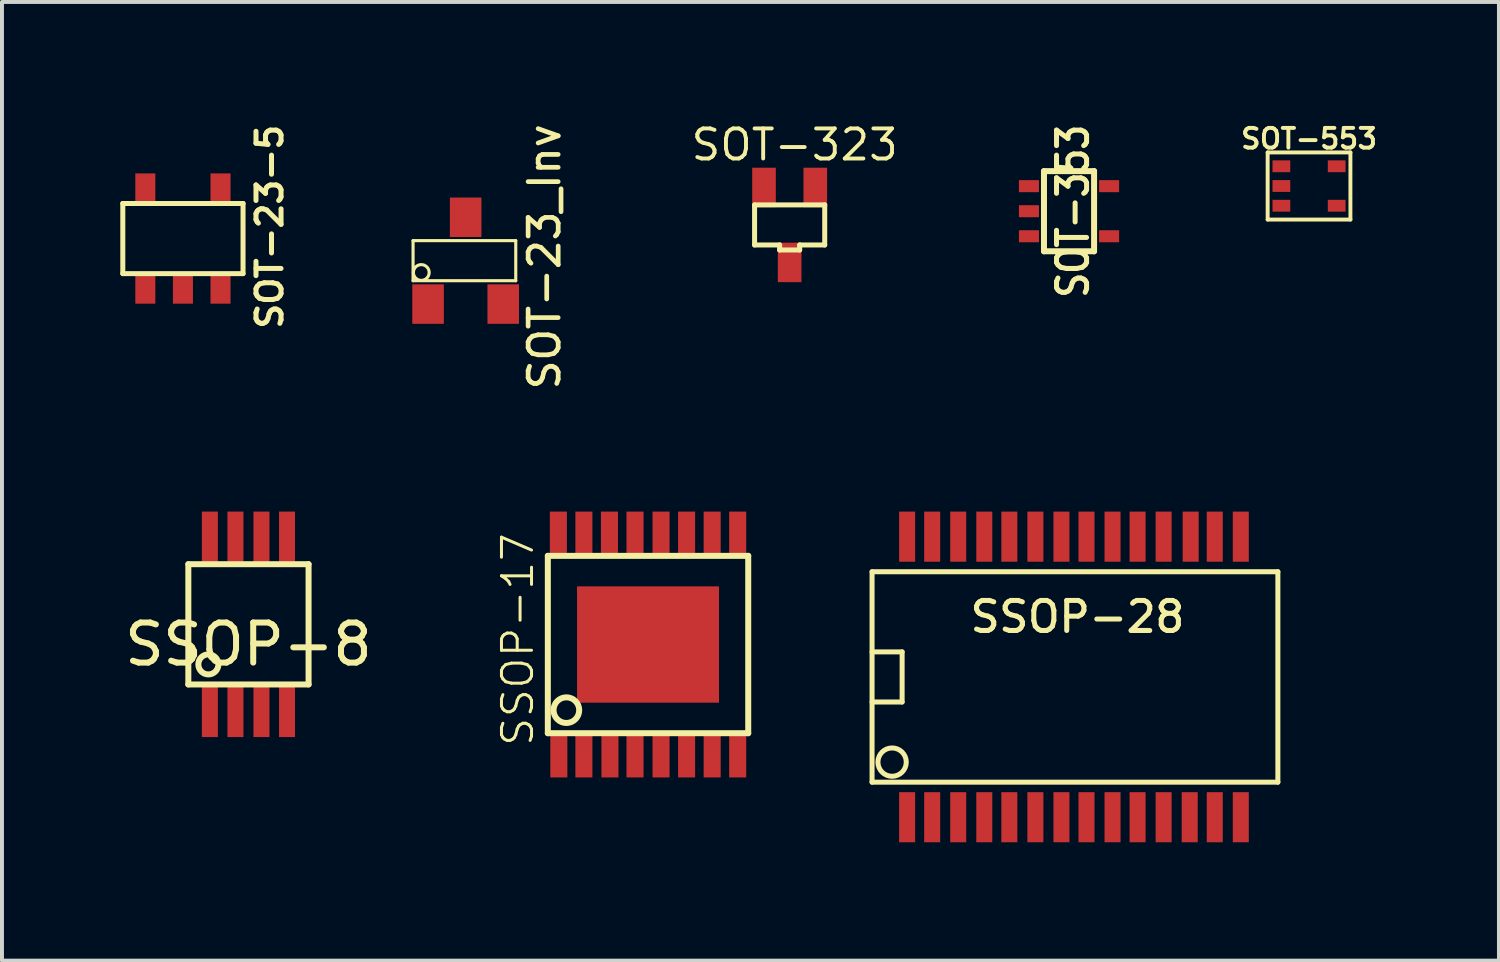
<source format=kicad_pcb>
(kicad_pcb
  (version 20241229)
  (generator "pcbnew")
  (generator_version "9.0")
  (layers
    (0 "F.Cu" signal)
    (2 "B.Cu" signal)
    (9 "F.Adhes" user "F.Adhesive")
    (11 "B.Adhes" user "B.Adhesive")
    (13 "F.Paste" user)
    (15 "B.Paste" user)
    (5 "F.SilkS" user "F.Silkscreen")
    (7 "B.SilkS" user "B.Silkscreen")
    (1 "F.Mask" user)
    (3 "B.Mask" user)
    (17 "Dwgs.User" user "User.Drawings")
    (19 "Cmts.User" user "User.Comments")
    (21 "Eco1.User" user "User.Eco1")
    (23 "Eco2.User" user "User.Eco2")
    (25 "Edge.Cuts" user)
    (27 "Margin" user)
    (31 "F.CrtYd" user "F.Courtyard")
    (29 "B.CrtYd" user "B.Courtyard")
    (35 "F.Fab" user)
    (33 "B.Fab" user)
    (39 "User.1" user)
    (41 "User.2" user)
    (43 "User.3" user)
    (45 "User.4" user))
  (footprint "SOT-23_Inv"
    (layer "F.Cu")
    (at 8.754 3.558)
    (property "Reference" "SOT-23_Inv" (at 1.999 -0.099 90) (layer "F.SilkS") (effects (font (size 0.762 0.762) (thickness 0.119))))
    (attr smd)
    (fp_line (start -1.333 -0.508) (end -1.333 0.508) (stroke (width 0.079) (type solid)) (layer "F.SilkS"))
    (fp_line (start -1.333 -0.508) (end 1.27 -0.508) (stroke (width 0.079) (type solid)) (layer "F.SilkS"))
    (fp_line (start 1.27 -0.508) (end 1.27 0.508) (stroke (width 0.079) (type solid)) (layer "F.SilkS"))
    (fp_line (start 1.27 0.508) (end -1.333 0.508) (stroke (width 0.079) (type solid)) (layer "F.SilkS"))
    (fp_circle (center -1.125 0.3) (end -1.125 0.5) (stroke (width 0.079) (type solid)) (fill no) (layer "F.SilkS"))
    (pad "1" smd rect (at -0.953 1.1) (size 0.8 1.001) (layers "F.Cu" "F.Mask" "F.Paste"))
    (pad "2" smd rect (at 0 -1.1) (size 0.8 1.001) (layers "F.Cu" "F.Mask" "F.Paste"))
    (pad "3" smd rect (at 0.953 1.1) (size 0.8 1.001) (layers "F.Cu" "F.Mask" "F.Paste")))
  (footprint "SOT-23-5"
    (layer "F.Cu")
    (at 1.587 2.997)
    (property "Reference" "SOT-23-5" (at 2.2 -0.3 90) (layer "F.SilkS") (effects (font (size 0.635 0.635) (thickness 0.127))))
    (attr smd)
    (fp_line (start -1.524 -0.889) (end 1.524 -0.889) (stroke (width 0.127) (type solid)) (layer "F.SilkS"))
    (fp_line (start -1.524 0.889) (end -1.524 -0.889) (stroke (width 0.127) (type solid)) (layer "F.SilkS"))
    (fp_line (start 1.524 -0.889) (end 1.524 0.889) (stroke (width 0.127) (type solid)) (layer "F.SilkS"))
    (fp_line (start 1.524 0.889) (end -1.524 0.889) (stroke (width 0.127) (type solid)) (layer "F.SilkS"))
    (pad "1" smd rect (at -0.953 1.27) (size 0.508 0.762) (layers "F.Cu" "F.Mask" "F.Paste"))
    (pad "2" smd rect (at 0 1.27) (size 0.508 0.762) (layers "F.Cu" "F.Mask" "F.Paste"))
    (pad "3" smd rect (at 0.953 1.27) (size 0.508 0.762) (layers "F.Cu" "F.Mask" "F.Paste"))
    (pad "4" smd rect (at 0.953 -1.27) (size 0.508 0.762) (layers "F.Cu" "F.Mask" "F.Paste"))
    (pad "5" smd rect (at -0.953 -1.27) (size 0.508 0.762) (layers "F.Cu" "F.Mask" "F.Paste")))
  (footprint "SOT-323"
    (layer "F.Cu")
    (at 16.967 2.652)
    (property "Reference" "SOT-323" (at 0.127 -2.032 0) (layer "F.SilkS") (effects (font (size 0.762 0.762) (thickness 0.099))))
    (attr smd)
    (fp_line (start -0.889 -0.508) (end -0.889 0.508) (stroke (width 0.127) (type solid)) (layer "F.SilkS"))
    (fp_line (start -0.889 0.508) (end -0.254 0.508) (stroke (width 0.127) (type solid)) (layer "F.SilkS"))
    (fp_line (start -0.254 0.508) (end -0.254 0.635) (stroke (width 0.127) (type solid)) (layer "F.SilkS"))
    (fp_line (start -0.254 0.635) (end 0.254 0.635) (stroke (width 0.127) (type solid)) (layer "F.SilkS"))
    (fp_line (start 0.254 0.508) (end 0.889 0.508) (stroke (width 0.127) (type solid)) (layer "F.SilkS"))
    (fp_line (start 0.254 0.635) (end 0.254 0.508) (stroke (width 0.127) (type solid)) (layer "F.SilkS"))
    (fp_line (start 0.889 -0.508) (end -0.889 -0.508) (stroke (width 0.127) (type solid)) (layer "F.SilkS"))
    (fp_line (start 0.889 0.508) (end 0.889 -0.508) (stroke (width 0.127) (type solid)) (layer "F.SilkS"))
    (pad "1" smd rect (at 0.65 -0.95) (size 0.599 1.001) (layers "F.Cu" "F.Mask" "F.Paste"))
    (pad "2" smd rect (at -0.65 -0.95) (size 0.599 1.001) (layers "F.Cu" "F.Mask" "F.Paste"))
    (pad "3" smd rect (at 0 0.95) (size 0.599 1.001) (layers "F.Cu" "F.Mask" "F.Paste")))
  (footprint "SOT-353"
    (layer "F.Cu")
    (at 24.049 2.304)
    (property "Reference" "SOT-353" (at 0.099 0 90) (layer "F.SilkS") (effects (font (size 0.762 0.635) (thickness 0.127))))
    (attr smd)
    (fp_line (start -0.635 -1.016) (end -0.635 1.016) (stroke (width 0.152) (type solid)) (layer "F.SilkS"))
    (fp_line (start -0.635 1.016) (end 0.635 1.016) (stroke (width 0.152) (type solid)) (layer "F.SilkS"))
    (fp_line (start 0.635 -1.016) (end -0.635 -1.016) (stroke (width 0.152) (type solid)) (layer "F.SilkS"))
    (fp_line (start 0.635 1.016) (end 0.635 -1.016) (stroke (width 0.152) (type solid)) (layer "F.SilkS"))
    (pad "1" smd rect (at -1.016 -0.635) (size 0.508 0.305) (layers "F.Cu" "F.Mask" "F.Paste"))
    (pad "2" smd rect (at -1.016 0) (size 0.508 0.305) (layers "F.Cu" "F.Mask" "F.Paste"))
    (pad "3" smd rect (at -1.016 0.635) (size 0.508 0.305) (layers "F.Cu" "F.Mask" "F.Paste"))
    (pad "4" smd rect (at 1.016 0.635) (size 0.508 0.305) (layers "F.Cu" "F.Mask" "F.Paste"))
    (pad "5" smd rect (at 1.016 -0.635) (size 0.508 0.305) (layers "F.Cu" "F.Mask" "F.Paste")))
  (footprint "SSOP-8"
    (layer "F.Cu")
    (at 3.248 12.776)
    (property "Reference" "SSOP-8" (at 0 0.508 0) (layer "F.SilkS") (effects (font (size 1.016 1.016) (thickness 0.152))))
    (attr smd)
    (fp_line (start -1.524 -1.524) (end 1.524 -1.524) (stroke (width 0.152) (type solid)) (layer "F.SilkS"))
    (fp_line (start -1.524 1.524) (end -1.524 -1.524) (stroke (width 0.152) (type solid)) (layer "F.SilkS"))
    (fp_line (start 1.524 -1.524) (end 1.524 1.524) (stroke (width 0.152) (type solid)) (layer "F.SilkS"))
    (fp_line (start 1.524 1.524) (end -1.524 1.524) (stroke (width 0.152) (type solid)) (layer "F.SilkS"))
    (fp_circle (center -1.016 1.016) (end -1.016 0.762) (stroke (width 0.152) (type solid)) (fill no) (layer "F.SilkS"))
    (pad "1" smd rect (at -0.978 2.223) (size 0.406 1.27) (layers "F.Cu" "F.Mask" "F.Paste"))
    (pad "2" smd rect (at -0.33 2.223) (size 0.406 1.27) (layers "F.Cu" "F.Mask" "F.Paste"))
    (pad "3" smd rect (at 0.33 2.223) (size 0.406 1.27) (layers "F.Cu" "F.Mask" "F.Paste"))
    (pad "4" smd rect (at 0.978 2.223) (size 0.406 1.27) (layers "F.Cu" "F.Mask" "F.Paste"))
    (pad "5" smd rect (at 0.978 -2.223) (size 0.406 1.27) (layers "F.Cu" "F.Mask" "F.Paste"))
    (pad "6" smd rect (at 0.33 -2.223) (size 0.406 1.27) (layers "F.Cu" "F.Mask" "F.Paste"))
    (pad "7" smd rect (at -0.33 -2.223) (size 0.406 1.27) (layers "F.Cu" "F.Mask" "F.Paste"))
    (pad "8" smd rect (at -0.978 -2.223) (size 0.406 1.27) (layers "F.Cu" "F.Mask" "F.Paste")))
  (footprint "SOT-553"
    (layer "F.Cu")
    (at 30.133 1.665)
    (property "Reference" "SOT-553" (at 0 -1.199 0) (layer "F.SilkS") (effects (font (size 0.5 0.5) (thickness 0.099))))
    (attr smd)
    (fp_line (start -1.049 -0.851) (end 1.049 -0.851) (stroke (width 0.099) (type solid)) (layer "F.SilkS"))
    (fp_line (start -1.049 0.851) (end -1.049 -0.851) (stroke (width 0.099) (type solid)) (layer "F.SilkS"))
    (fp_line (start 1.049 -0.851) (end 1.049 0.851) (stroke (width 0.099) (type solid)) (layer "F.SilkS"))
    (fp_line (start 1.049 0.851) (end -1.049 0.851) (stroke (width 0.099) (type solid)) (layer "F.SilkS"))
    (pad "1" smd rect (at -0.701 -0.5) (size 0.45 0.3) (layers "F.Cu" "F.Mask" "F.Paste"))
    (pad "2" smd rect (at -0.701 0) (size 0.45 0.3) (layers "F.Cu" "F.Mask" "F.Paste"))
    (pad "3" smd rect (at -0.701 0.5) (size 0.45 0.3) (layers "F.Cu" "F.Mask" "F.Paste"))
    (pad "4" smd rect (at 0.701 0.5) (size 0.45 0.3) (layers "F.Cu" "F.Mask" "F.Paste"))
    (pad "5" smd rect (at 0.701 -0.5) (size 0.45 0.3) (layers "F.Cu" "F.Mask" "F.Paste")))
  (footprint "SSOP-17"
    (layer "F.Cu")
    (at 13.377 13.288)
    (property "Reference" "SSOP-17" (at -3.302 -0.127 90) (layer "F.SilkS") (effects (font (size 0.762 0.762) (thickness 0.076))))
    (attr smd)
    (fp_line (start -2.54 -2.248) (end -2.54 2.248) (stroke (width 0.152) (type solid)) (layer "F.SilkS"))
    (fp_line (start -2.54 2.248) (end 2.54 2.248) (stroke (width 0.152) (type solid)) (layer "F.SilkS"))
    (fp_line (start 2.54 -2.248) (end -2.54 -2.248) (stroke (width 0.152) (type solid)) (layer "F.SilkS"))
    (fp_line (start 2.54 2.248) (end 2.54 -2.248) (stroke (width 0.152) (type solid)) (layer "F.SilkS"))
    (fp_circle (center -2.07 1.664) (end -2.273 1.918) (stroke (width 0.152) (type solid)) (fill no) (layer "F.SilkS"))
    (pad "1" smd rect (at -2.261 2.794) (size 0.432 1.151) (layers "F.Cu" "F.Mask" "F.Paste"))
    (pad "2" smd rect (at -1.626 2.794) (size 0.432 1.151) (layers "F.Cu" "F.Mask" "F.Paste"))
    (pad "3" smd rect (at -0.965 2.794) (size 0.432 1.151) (layers "F.Cu" "F.Mask" "F.Paste"))
    (pad "4" smd rect (at -0.33 2.794) (size 0.432 1.151) (layers "F.Cu" "F.Mask" "F.Paste"))
    (pad "5" smd rect (at 0.33 2.794) (size 0.432 1.151) (layers "F.Cu" "F.Mask" "F.Paste"))
    (pad "6" smd rect (at 0.978 2.794) (size 0.432 1.151) (layers "F.Cu" "F.Mask" "F.Paste"))
    (pad "7" smd rect (at 1.626 2.794) (size 0.432 1.151) (layers "F.Cu" "F.Mask" "F.Paste"))
    (pad "8" smd rect (at 2.273 2.794) (size 0.432 1.151) (layers "F.Cu" "F.Mask" "F.Paste"))
    (pad "9" smd rect (at 2.273 -2.794) (size 0.432 1.151) (layers "F.Cu" "F.Mask" "F.Paste"))
    (pad "10" smd rect (at 1.626 -2.794) (size 0.432 1.151) (layers "F.Cu" "F.Mask" "F.Paste"))
    (pad "11" smd rect (at 0.978 -2.794) (size 0.432 1.151) (layers "F.Cu" "F.Mask" "F.Paste"))
    (pad "12" smd rect (at 0.33 -2.794) (size 0.432 1.151) (layers "F.Cu" "F.Mask" "F.Paste"))
    (pad "13" smd rect (at -0.33 -2.794) (size 0.432 1.151) (layers "F.Cu" "F.Mask" "F.Paste"))
    (pad "14" smd rect (at -0.978 -2.794) (size 0.432 1.151) (layers "F.Cu" "F.Mask" "F.Paste"))
    (pad "15" smd rect (at -1.626 -2.794) (size 0.432 1.151) (layers "F.Cu" "F.Mask" "F.Paste"))
    (pad "16" smd rect (at -2.273 -2.794) (size 0.432 1.151) (layers "F.Cu" "F.Mask" "F.Paste"))
    (pad "17" smd rect (at 0 0) (size 3.599 2.949) (layers "F.Cu" "F.Mask" "F.Paste")))
  (footprint "SSOP-28"
    (layer "F.Cu")
    (at 24.136 14.11)
    (property "Reference" "SSOP-28" (at 0.127 -1.524 0) (layer "F.SilkS") (effects (font (size 0.762 0.762) (thickness 0.127))))
    (attr smd)
    (fp_line (start -5.08 -2.667) (end -5.08 2.667) (stroke (width 0.127) (type solid)) (layer "F.SilkS"))
    (fp_line (start -5.08 -2.667) (end 5.207 -2.667) (stroke (width 0.127) (type solid)) (layer "F.SilkS"))
    (fp_line (start -5.08 -0.635) (end -4.318 -0.635) (stroke (width 0.127) (type solid)) (layer "F.SilkS"))
    (fp_line (start -4.318 -0.635) (end -4.318 0.635) (stroke (width 0.127) (type solid)) (layer "F.SilkS"))
    (fp_line (start -4.318 0.635) (end -5.08 0.635) (stroke (width 0.127) (type solid)) (layer "F.SilkS"))
    (fp_line (start 5.207 -2.667) (end 5.207 2.667) (stroke (width 0.127) (type solid)) (layer "F.SilkS"))
    (fp_line (start 5.207 2.667) (end -5.08 2.667) (stroke (width 0.127) (type solid)) (layer "F.SilkS"))
    (fp_circle (center -4.572 2.159) (end -4.826 1.905) (stroke (width 0.127) (type solid)) (fill no) (layer "F.SilkS"))
    (pad "1" smd rect (at -4.191 3.556) (size 0.406 1.27) (layers "F.Cu" "F.Mask" "F.Paste"))
    (pad "2" smd rect (at -3.556 3.556) (size 0.406 1.27) (layers "F.Cu" "F.Mask" "F.Paste"))
    (pad "3" smd rect (at -2.896 3.556) (size 0.406 1.27) (layers "F.Cu" "F.Mask" "F.Paste"))
    (pad "4" smd rect (at -2.235 3.556) (size 0.406 1.27) (layers "F.Cu" "F.Mask" "F.Paste"))
    (pad "5" smd rect (at -1.6 3.556) (size 0.406 1.27) (layers "F.Cu" "F.Mask" "F.Paste"))
    (pad "6" smd rect (at -0.94 3.556) (size 0.406 1.27) (layers "F.Cu" "F.Mask" "F.Paste"))
    (pad "7" smd rect (at -0.279 3.556) (size 0.406 1.27) (layers "F.Cu" "F.Mask" "F.Paste"))
    (pad "8" smd rect (at 0.356 3.556) (size 0.406 1.27) (layers "F.Cu" "F.Mask" "F.Paste"))
    (pad "9" smd rect (at 1.016 3.556) (size 0.406 1.27) (layers "F.Cu" "F.Mask" "F.Paste"))
    (pad "10" smd rect (at 1.651 3.556) (size 0.406 1.27) (layers "F.Cu" "F.Mask" "F.Paste"))
    (pad "11" smd rect (at 2.311 3.556) (size 0.406 1.27) (layers "F.Cu" "F.Mask" "F.Paste"))
    (pad "12" smd rect (at 2.972 3.556) (size 0.406 1.27) (layers "F.Cu" "F.Mask" "F.Paste"))
    (pad "13" smd rect (at 3.607 3.556) (size 0.406 1.27) (layers "F.Cu" "F.Mask" "F.Paste"))
    (pad "14" smd rect (at 4.267 3.556) (size 0.406 1.27) (layers "F.Cu" "F.Mask" "F.Paste"))
    (pad "15" smd rect (at 4.267 -3.556) (size 0.406 1.27) (layers "F.Cu" "F.Mask" "F.Paste"))
    (pad "16" smd rect (at 3.607 -3.556) (size 0.406 1.27) (layers "F.Cu" "F.Mask" "F.Paste"))
    (pad "17" smd rect (at 2.997 -3.556) (size 0.406 1.27) (layers "F.Cu" "F.Mask" "F.Paste"))
    (pad "18" smd rect (at 2.311 -3.556) (size 0.406 1.27) (layers "F.Cu" "F.Mask" "F.Paste"))
    (pad "19" smd rect (at 1.651 -3.556) (size 0.406 1.27) (layers "F.Cu" "F.Mask" "F.Paste"))
    (pad "20" smd rect (at 1.016 -3.556) (size 0.406 1.27) (layers "F.Cu" "F.Mask" "F.Paste"))
    (pad "21" smd rect (at 0.356 -3.556) (size 0.406 1.27) (layers "F.Cu" "F.Mask" "F.Paste"))
    (pad "22" smd rect (at -0.279 -3.556) (size 0.406 1.27) (layers "F.Cu" "F.Mask" "F.Paste"))
    (pad "23" smd rect (at -0.94 -3.556) (size 0.406 1.27) (layers "F.Cu" "F.Mask" "F.Paste"))
    (pad "24" smd rect (at -1.6 -3.556) (size 0.406 1.27) (layers "F.Cu" "F.Mask" "F.Paste"))
    (pad "25" smd rect (at -2.235 -3.556) (size 0.406 1.27) (layers "F.Cu" "F.Mask" "F.Paste"))
    (pad "26" smd rect (at -2.896 -3.556) (size 0.406 1.27) (layers "F.Cu" "F.Mask" "F.Paste"))
    (pad "27" smd rect (at -3.556 -3.556) (size 0.406 1.27) (layers "F.Cu" "F.Mask" "F.Paste"))
    (pad "28" smd rect (at -4.191 -3.556) (size 0.406 1.27) (layers "F.Cu" "F.Mask" "F.Paste")))
  (gr_rect
    (start -3 -3)
    (end 34.947 21.301)
    (stroke (width 0.1) (type default))
    (fill no)
    (layer "Edge.Cuts")))
</source>
